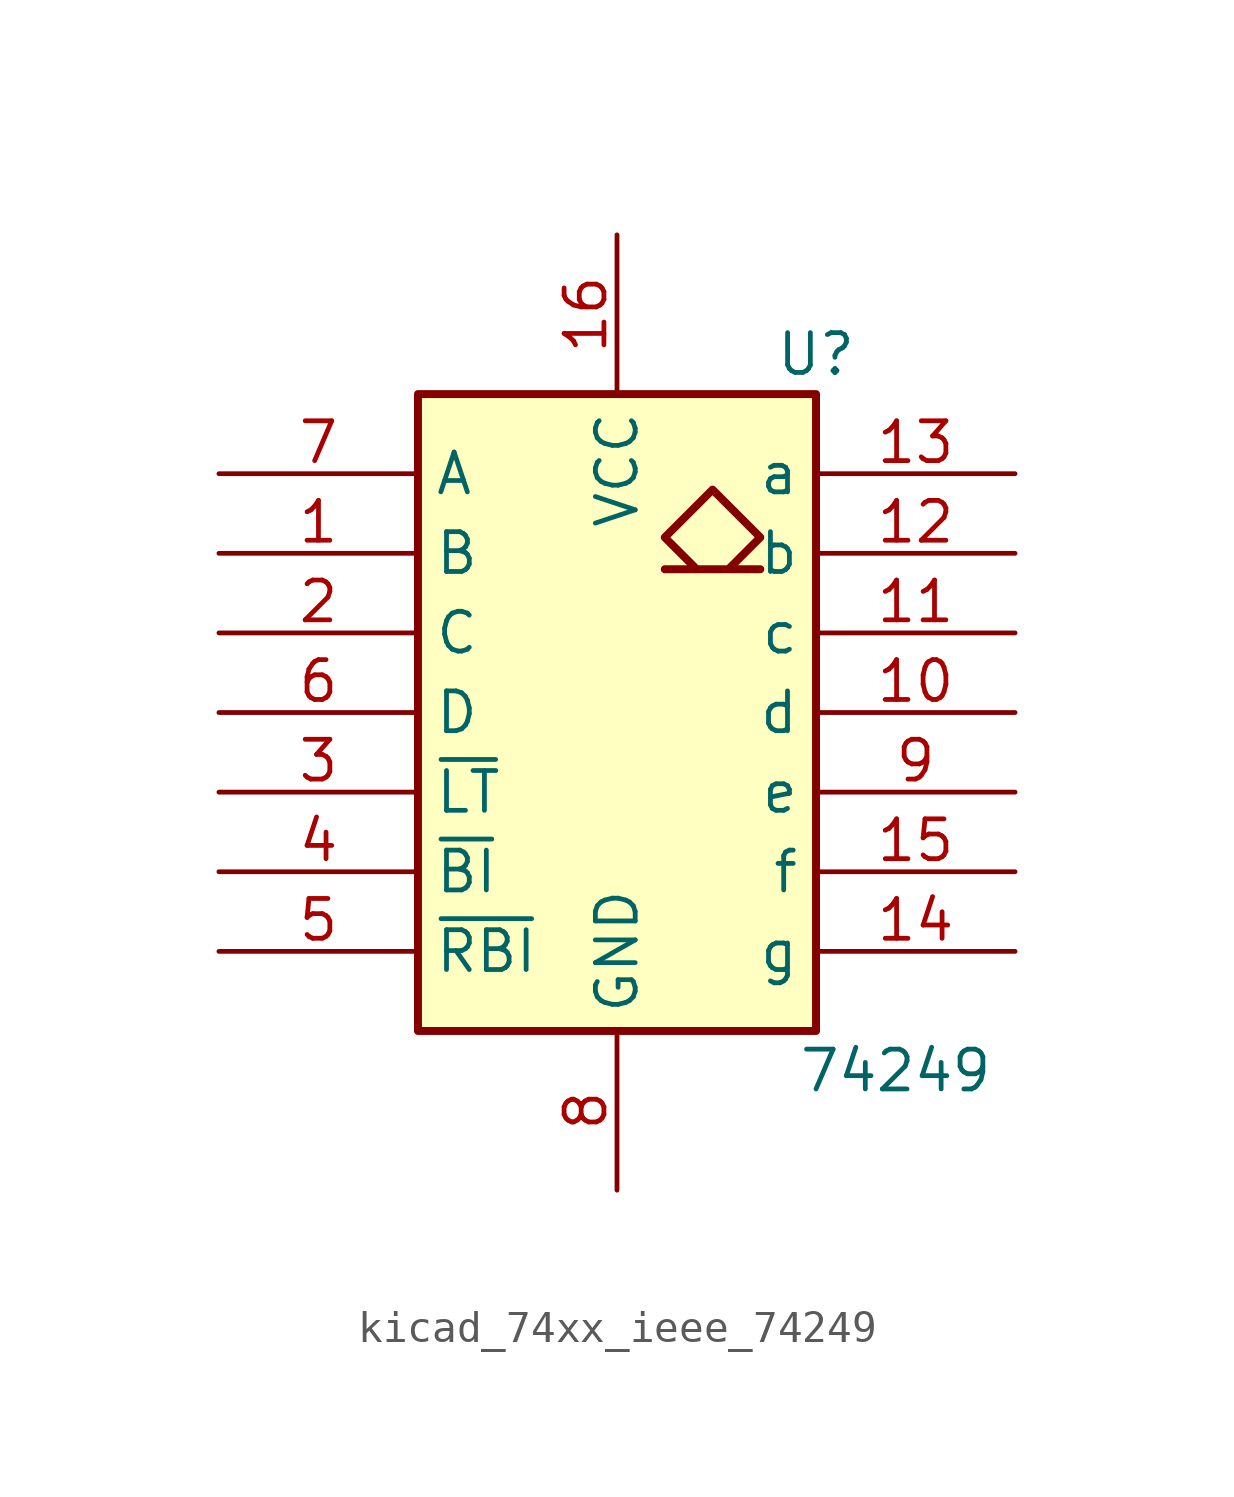
<source format=kicad_sym>
(kicad_symbol_lib
  (version 20220914)
  (generator kicad_symbol_editor)
  (symbol "kicad_74xx_ieee_74249"
    (property "Reference" "U"
      (at 6.35 11.43 0)
      (effects (font (size 1.27 1.27))))
    (property "Value" "74249"
      (at 8.89 -11.43 0)
      (effects (font (size 1.27 1.27))))
    (symbol "kicad_74xx_ieee_74249_0_0"
      (rectangle (start -6.35 10.16) (end 6.35 -10.16) (stroke (width 0.254) (type default)) (fill (type background)))
      (polyline (pts (xy 3.556 4.572) (xy 4.572 5.588) (xy 3.048 7.112) (xy 1.524 5.588) (xy 2.54 4.572) (xy 1.524 4.572) (xy 4.572 4.572) (xy 4.572 4.572)) (stroke (width 0.254) (type default)) (fill (type background)))
      (pin power_in line (at 0 15.24 270) (length 5.08) (name "VCC" (effects (font (size 1.27 1.27)))) (number "16" (effects (font (size 1.27 1.27)))))
      (pin power_in line (at 0 -15.24 90) (length 5.08) (name "GND" (effects (font (size 1.27 1.27)))) (number "8" (effects (font (size 1.27 1.27))))))
    (symbol "kicad_74xx_ieee_74249_1_1"
      (pin input line (at -12.7 5.08 0) (length 6.35) (name "B" (effects (font (size 1.27 1.27)))) (number "1" (effects (font (size 1.27 1.27)))))
      (pin open_collector line (at 12.7 0 180) (length 6.35) (name "d" (effects (font (size 1.27 1.27)))) (number "10" (effects (font (size 1.27 1.27)))))
      (pin open_collector line (at 12.7 2.54 180) (length 6.35) (name "c" (effects (font (size 1.27 1.27)))) (number "11" (effects (font (size 1.27 1.27)))))
      (pin open_collector line (at 12.7 5.08 180) (length 6.35) (name "b" (effects (font (size 1.27 1.27)))) (number "12" (effects (font (size 1.27 1.27)))))
      (pin open_collector line (at 12.7 7.62 180) (length 6.35) (name "a" (effects (font (size 1.27 1.27)))) (number "13" (effects (font (size 1.27 1.27)))))
      (pin open_collector line (at 12.7 -7.62 180) (length 6.35) (name "g" (effects (font (size 1.27 1.27)))) (number "14" (effects (font (size 1.27 1.27)))))
      (pin open_collector line (at 12.7 -5.08 180) (length 6.35) (name "f" (effects (font (size 1.27 1.27)))) (number "15" (effects (font (size 1.27 1.27)))))
      (pin input line (at -12.7 2.54 0) (length 6.35) (name "C" (effects (font (size 1.27 1.27)))) (number "2" (effects (font (size 1.27 1.27)))))
      (pin input line (at -12.7 -2.54 0) (length 6.35) (name "~{LT}" (effects (font (size 1.27 1.27)))) (number "3" (effects (font (size 1.27 1.27)))))
      (pin input line (at -12.7 -5.08 0) (length 6.35) (name "~{BI}" (effects (font (size 1.27 1.27)))) (number "4" (effects (font (size 1.27 1.27)))))
      (pin input line (at -12.7 -7.62 0) (length 6.35) (name "~{RBI}" (effects (font (size 1.27 1.27)))) (number "5" (effects (font (size 1.27 1.27)))))
      (pin input line (at -12.7 0 0) (length 6.35) (name "D" (effects (font (size 1.27 1.27)))) (number "6" (effects (font (size 1.27 1.27)))))
      (pin input line (at -12.7 7.62 0) (length 6.35) (name "A" (effects (font (size 1.27 1.27)))) (number "7" (effects (font (size 1.27 1.27)))))
      (pin open_collector line (at 12.7 -2.54 180) (length 6.35) (name "e" (effects (font (size 1.27 1.27)))) (number "9" (effects (font (size 1.27 1.27))))))))
</source>
